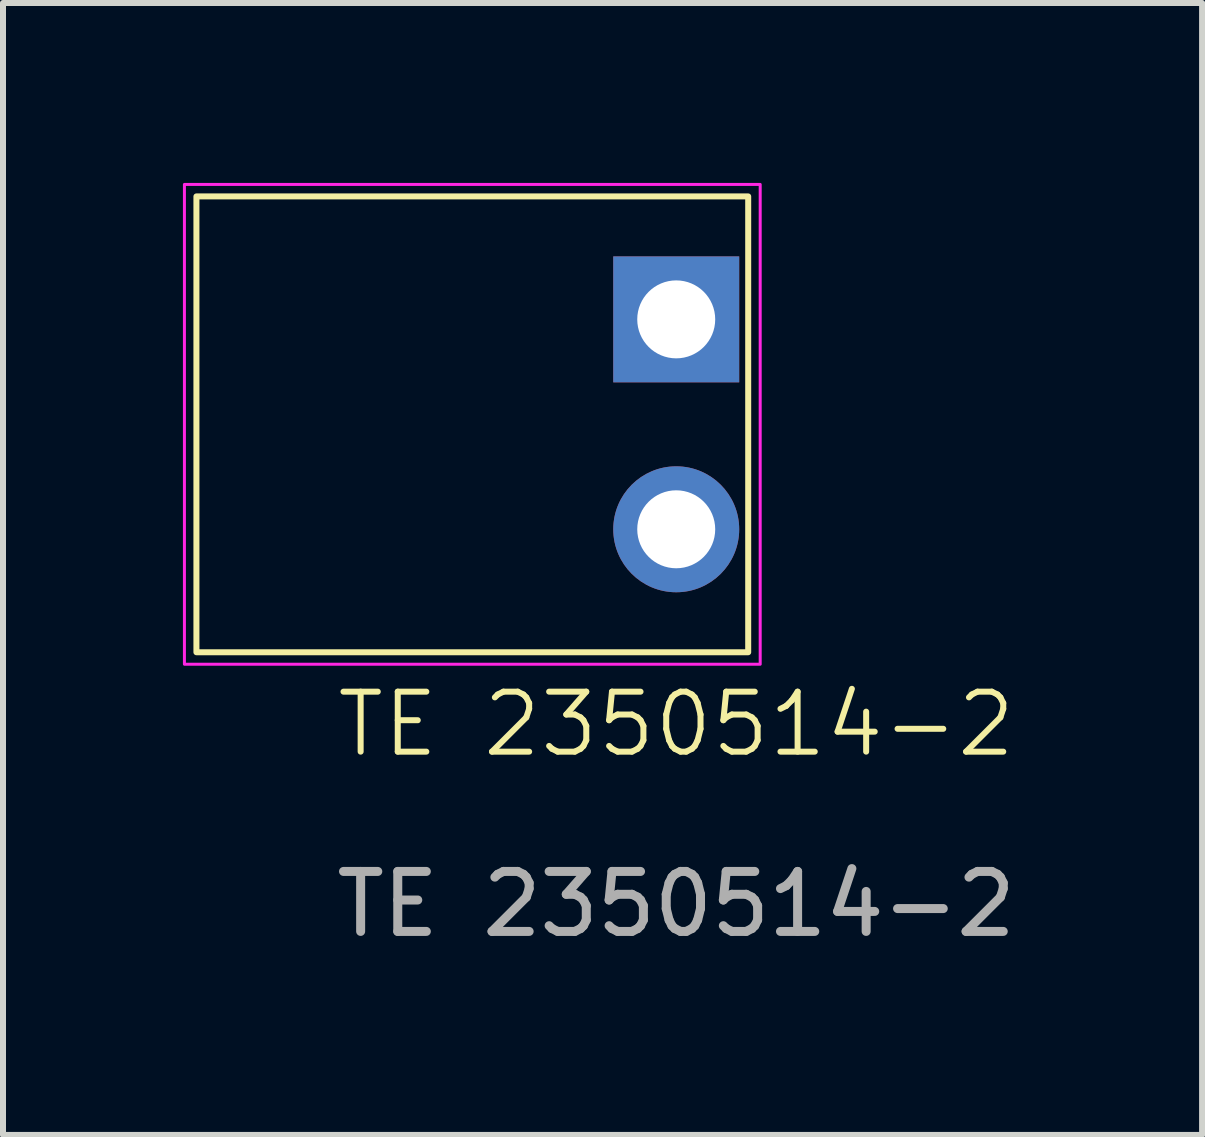
<source format=kicad_pcb>
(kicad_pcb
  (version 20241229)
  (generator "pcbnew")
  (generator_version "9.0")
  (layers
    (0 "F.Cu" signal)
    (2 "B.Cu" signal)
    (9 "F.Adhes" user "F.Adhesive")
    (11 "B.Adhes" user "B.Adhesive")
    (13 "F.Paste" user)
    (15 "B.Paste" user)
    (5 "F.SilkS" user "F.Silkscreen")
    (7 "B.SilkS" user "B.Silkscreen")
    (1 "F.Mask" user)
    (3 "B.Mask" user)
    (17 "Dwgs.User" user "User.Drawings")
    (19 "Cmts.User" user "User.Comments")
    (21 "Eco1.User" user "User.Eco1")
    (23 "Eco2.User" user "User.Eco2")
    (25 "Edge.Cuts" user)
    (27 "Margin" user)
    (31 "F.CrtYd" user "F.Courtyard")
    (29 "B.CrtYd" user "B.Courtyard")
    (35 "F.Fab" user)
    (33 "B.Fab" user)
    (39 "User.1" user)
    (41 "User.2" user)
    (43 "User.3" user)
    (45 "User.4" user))
  (footprint "TE 2350514-2"
    (layer "F.Cu")
    (at 8.225 4.025)
    (property "Reference" "TE 2350514-2" (at 0 5 0) (unlocked yes) (layer "F.SilkS") (effects (font (size 1 1) (thickness 0.1))))
    (attr through_hole)
    (fp_rect (start -8 -3.8) (end 1.2 3.8) (stroke (width 0.1) (type default)) (fill no) (layer "F.SilkS"))
    (fp_rect (start -8.2 -4) (end 1.4 4) (stroke (width 0.05) (type default)) (fill no) (layer "F.CrtYd"))
    (fp_text user "${REFERENCE}" (at 0 8 0) (unlocked yes) (layer "F.Fab") (effects (font (size 1 1) (thickness 0.15))))
    (pad "1" thru_hole rect (at 0 -1.75) (size 2.1 2.1) (drill 1.3) (layers "*.Cu" "*.Mask"))
    (pad "2" thru_hole circle (at 0 1.75) (size 2.1 2.1) (drill 1.3) (layers "*.Cu" "*.Mask")))
  (gr_rect
    (start -3 -3)
    (end 16.993 15.873)
    (stroke (width 0.1) (type default))
    (fill no)
    (layer "Edge.Cuts")))
</source>
